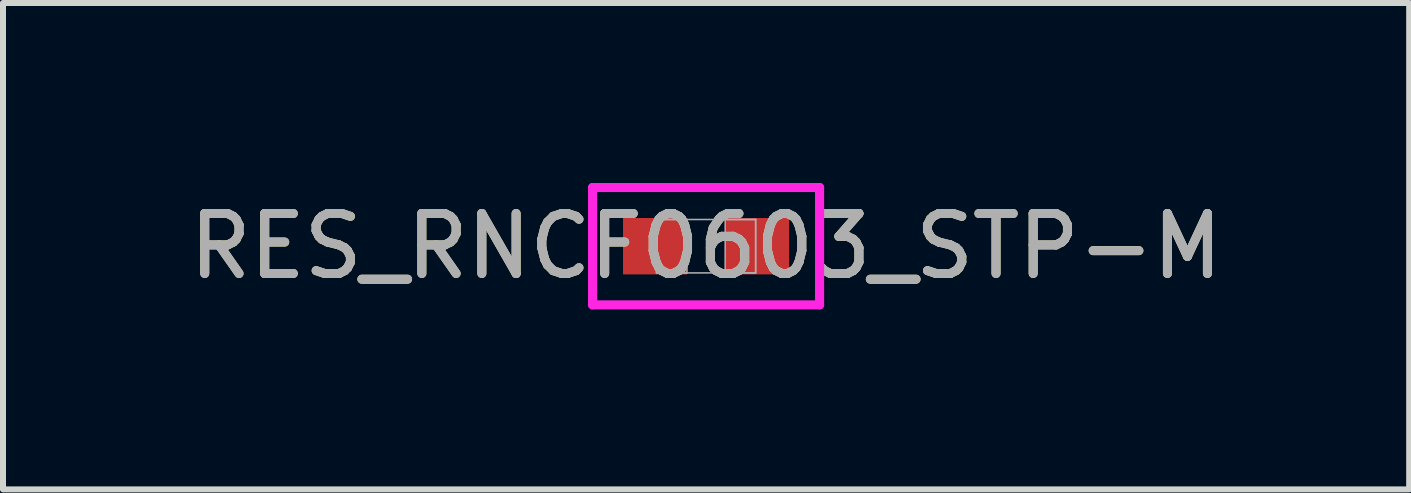
<source format=kicad_pcb>
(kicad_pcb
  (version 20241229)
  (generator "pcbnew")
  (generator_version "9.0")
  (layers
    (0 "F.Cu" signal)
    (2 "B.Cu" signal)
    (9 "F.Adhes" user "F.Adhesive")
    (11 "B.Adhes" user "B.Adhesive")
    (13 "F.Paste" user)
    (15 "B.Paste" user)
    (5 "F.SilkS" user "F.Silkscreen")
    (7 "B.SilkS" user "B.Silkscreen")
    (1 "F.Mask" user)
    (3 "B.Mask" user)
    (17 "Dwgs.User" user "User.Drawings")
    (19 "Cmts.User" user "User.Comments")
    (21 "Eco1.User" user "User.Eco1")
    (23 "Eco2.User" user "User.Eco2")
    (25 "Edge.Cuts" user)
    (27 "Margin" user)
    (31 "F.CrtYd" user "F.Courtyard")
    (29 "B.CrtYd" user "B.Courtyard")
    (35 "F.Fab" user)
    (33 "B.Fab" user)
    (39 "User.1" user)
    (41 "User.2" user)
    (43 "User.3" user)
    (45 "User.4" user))
  (footprint "RES_RNCF0603_STP-M"
    (layer "F.Cu")
    (at 8.72 1.054)
    (property "Reference" "RES_RNCF0603_STP-M" (at 0 0 0) (unlocked yes) (layer "F.SilkS") (effects (font (size 1 1) (thickness 0.15))))
    (attr smd)
    (fp_line (start -1.892 -0.978) (end 1.892 -0.978) (stroke (width 0.152) (type solid)) (layer "F.CrtYd"))
    (fp_line (start -1.892 0.978) (end -1.892 -0.978) (stroke (width 0.152) (type solid)) (layer "F.CrtYd"))
    (fp_line (start 1.892 -0.978) (end 1.892 0.978) (stroke (width 0.152) (type solid)) (layer "F.CrtYd"))
    (fp_line (start 1.892 0.978) (end -1.892 0.978) (stroke (width 0.152) (type solid)) (layer "F.CrtYd"))
    (fp_line (start -0.826 -0.445) (end -0.826 0.445) (stroke (width 0.025) (type solid)) (layer "F.Fab"))
    (fp_line (start -0.826 -0.445) (end -0.826 0.445) (stroke (width 0.025) (type solid)) (layer "F.Fab"))
    (fp_line (start -0.826 0.445) (end -0.318 0.445) (stroke (width 0.025) (type solid)) (layer "F.Fab"))
    (fp_line (start -0.826 0.445) (end 0.826 0.445) (stroke (width 0.025) (type solid)) (layer "F.Fab"))
    (fp_line (start -0.318 -0.445) (end -0.826 -0.445) (stroke (width 0.025) (type solid)) (layer "F.Fab"))
    (fp_line (start -0.318 0.445) (end -0.318 -0.445) (stroke (width 0.025) (type solid)) (layer "F.Fab"))
    (fp_line (start 0.318 -0.445) (end 0.318 0.445) (stroke (width 0.025) (type solid)) (layer "F.Fab"))
    (fp_line (start 0.318 0.445) (end 0.826 0.445) (stroke (width 0.025) (type solid)) (layer "F.Fab"))
    (fp_line (start 0.826 -0.445) (end -0.826 -0.445) (stroke (width 0.025) (type solid)) (layer "F.Fab"))
    (fp_line (start 0.826 -0.445) (end 0.318 -0.445) (stroke (width 0.025) (type solid)) (layer "F.Fab"))
    (fp_line (start 0.826 0.445) (end 0.826 -0.445) (stroke (width 0.025) (type solid)) (layer "F.Fab"))
    (fp_line (start 0.826 0.445) (end 0.826 -0.445) (stroke (width 0.025) (type solid)) (layer "F.Fab"))
    (fp_text user "${REFERENCE}" (at 0 0 0) (unlocked yes) (layer "F.Fab") (effects (font (size 1 1) (thickness 0.15))))
    (pad "1" smd rect (at -0.851 0) (size 1.067 0.94) (layers "F.Cu" "F.Mask" "F.Paste"))
    (pad "2" smd rect (at 0.851 0) (size 1.067 0.94) (layers "F.Cu" "F.Mask" "F.Paste"))
    (zone (net_name "") (layer "F.Cu") (hatch full 0.508) (connect_pads) (min_thickness 0.254) (filled_areas_thickness no) (keepout (tracks not_allowed) (vias not_allowed) (pads allowed) (copperpour not_allowed) (footprints allowed)) (placement (enabled no)) (fill) (polygon (pts (xy 8.454 0.66) (xy 8.987 0.66) (xy 8.987 1.448) (xy 8.454 1.448)))))
  (gr_rect
    (start -3 -3)
    (end 20.44 5.108)
    (stroke (width 0.1) (type default))
    (fill no)
    (layer "Edge.Cuts")))
</source>
